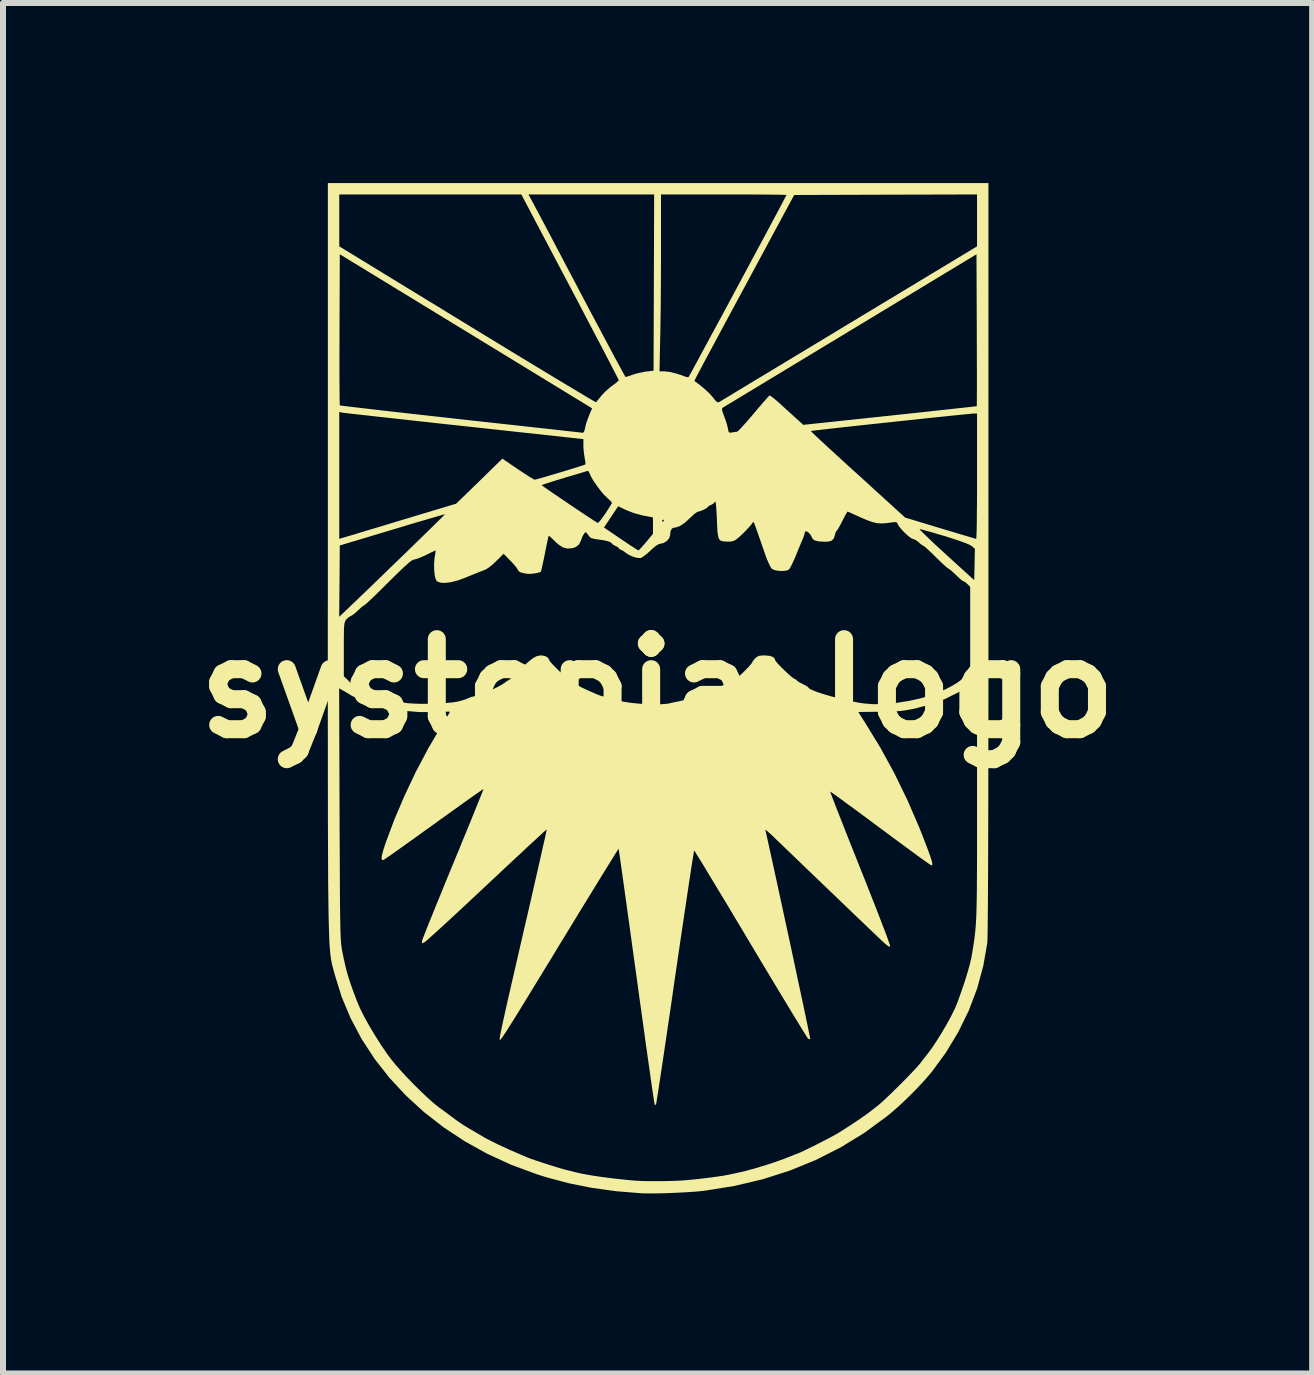
<source format=kicad_pcb>
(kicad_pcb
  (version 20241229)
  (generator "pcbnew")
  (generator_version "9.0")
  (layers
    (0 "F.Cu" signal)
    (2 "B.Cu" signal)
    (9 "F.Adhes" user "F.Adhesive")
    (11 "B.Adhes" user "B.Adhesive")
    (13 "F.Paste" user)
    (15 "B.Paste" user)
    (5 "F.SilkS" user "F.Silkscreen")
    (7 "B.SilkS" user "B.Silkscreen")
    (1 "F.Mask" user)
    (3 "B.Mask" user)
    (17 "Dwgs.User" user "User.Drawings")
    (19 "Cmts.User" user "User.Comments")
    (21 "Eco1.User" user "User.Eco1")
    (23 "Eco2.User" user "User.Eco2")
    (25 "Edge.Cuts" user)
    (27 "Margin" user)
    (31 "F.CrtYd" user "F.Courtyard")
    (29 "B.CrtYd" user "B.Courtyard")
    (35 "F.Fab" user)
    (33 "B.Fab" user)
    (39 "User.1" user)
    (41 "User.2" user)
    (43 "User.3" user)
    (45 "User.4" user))
  (footprint "systopia_logo"
    (layer "F.Cu")
    (at 7.907 8.422)
    (property "Reference" "systopia_logo" (at 0 0 0) (layer "F.SilkS") (effects (font (size 1.5 1.5) (thickness 0.3))))
    (attr board_only exclude_from_pos_files exclude_from_bom)
    (fp_poly (pts (xy 5.513 -2.172) (xy 5.513 -1.504) (xy 5.513 -0.875) (xy 5.513 -0.283) (xy 5.513 0.271) (xy 5.512 0.788) (xy 5.511 1.268) (xy 5.511 1.712) (xy 5.51 2.119) (xy 5.509 2.489) (xy 5.508 2.824) (xy 5.507 3.122) (xy 5.505 3.385) (xy 5.504 3.613) (xy 5.502 3.805) (xy 5.501 3.962) (xy 5.499 4.084) (xy 5.497 4.172) (xy 5.495 4.226) (xy 5.494 4.24) (xy 5.427 4.624) (xy 5.324 5.001) (xy 5.185 5.368) (xy 5.01 5.726) (xy 4.802 6.07) (xy 4.569 6.388) (xy 4.454 6.523) (xy 4.317 6.67) (xy 4.168 6.82) (xy 4.016 6.963) (xy 3.871 7.089) (xy 3.821 7.129) (xy 3.445 7.405) (xy 3.05 7.647) (xy 2.635 7.857) (xy 2.202 8.034) (xy 1.75 8.178) (xy 1.281 8.289) (xy 0.794 8.367) (xy 0.741 8.373) (xy 0.63 8.384) (xy 0.495 8.393) (xy 0.345 8.401) (xy 0.19 8.408) (xy 0.038 8.412) (xy -0.1 8.414) (xy -0.216 8.413) (xy -0.276 8.411) (xy -0.698 8.376) (xy -1.095 8.321) (xy -1.476 8.245) (xy -1.848 8.146) (xy -2.024 8.09) (xy -2.44 7.936) (xy -2.836 7.754) (xy -3.211 7.546) (xy -3.563 7.314) (xy -3.891 7.059) (xy -4.193 6.783) (xy -4.468 6.487) (xy -4.714 6.174) (xy -4.93 5.843) (xy -5.113 5.498) (xy -5.264 5.139) (xy -5.379 4.768) (xy -5.38 4.766) (xy -5.39 4.726) (xy -5.4 4.69) (xy -5.409 4.656) (xy -5.418 4.624) (xy -5.426 4.591) (xy -5.433 4.557) (xy -5.44 4.52) (xy -5.446 4.479) (xy -5.452 4.432) (xy -5.457 4.38) (xy -5.462 4.319) (xy -5.467 4.25) (xy -5.471 4.17) (xy -5.474 4.079) (xy -5.477 3.975) (xy -5.48 3.857) (xy -5.483 3.724) (xy -5.485 3.574) (xy -5.487 3.407) (xy -5.489 3.22) (xy -5.49 3.013) (xy -5.491 2.785) (xy -5.492 2.533) (xy -5.493 2.258) (xy -5.493 1.957) (xy -5.494 1.63) (xy -5.494 1.275) (xy -5.494 0.89) (xy -5.495 0.476) (xy -5.495 0.03) (xy -5.495 -0.003) (xy -5.306 -0.003) (xy -5.299 2.095) (xy -5.298 2.423) (xy -5.296 2.715) (xy -5.295 2.974) (xy -5.294 3.201) (xy -5.293 3.4) (xy -5.292 3.572) (xy -5.29 3.72) (xy -5.288 3.846) (xy -5.286 3.953) (xy -5.284 4.042) (xy -5.281 4.116) (xy -5.278 4.177) (xy -5.275 4.228) (xy -5.271 4.27) (xy -5.266 4.307) (xy -5.261 4.34) (xy -5.255 4.372) (xy -5.252 4.392) (xy -5.226 4.517) (xy -5.202 4.624) (xy -5.177 4.721) (xy -5.149 4.818) (xy -5.115 4.922) (xy -5.072 5.043) (xy -5.017 5.189) (xy -5.011 5.205) (xy -4.96 5.325) (xy -4.89 5.466) (xy -4.804 5.621) (xy -4.708 5.782) (xy -4.607 5.941) (xy -4.505 6.09) (xy -4.443 6.174) (xy -4.372 6.262) (xy -4.282 6.364) (xy -4.18 6.475) (xy -4.07 6.589) (xy -3.958 6.7) (xy -3.85 6.803) (xy -3.751 6.892) (xy -3.667 6.962) (xy -3.617 6.999) (xy -3.571 7.031) (xy -3.513 7.075) (xy -3.479 7.1) (xy -3.349 7.197) (xy -3.235 7.275) (xy -3.159 7.321) (xy -3.104 7.353) (xy -3.035 7.394) (xy -2.985 7.424) (xy -2.848 7.503) (xy -2.675 7.59) (xy -2.467 7.686) (xy -2.224 7.791) (xy -2.177 7.811) (xy -2.118 7.834) (xy -2.032 7.864) (xy -1.93 7.898) (xy -1.82 7.934) (xy -1.712 7.967) (xy -1.617 7.996) (xy -1.543 8.017) (xy -1.53 8.02) (xy -1.458 8.038) (xy -1.384 8.057) (xy -1.378 8.059) (xy -1.251 8.087) (xy -1.093 8.115) (xy -0.911 8.142) (xy -0.712 8.167) (xy -0.503 8.189) (xy -0.371 8.201) (xy -0.272 8.206) (xy -0.145 8.209) (xy -0.003 8.209) (xy 0.145 8.208) (xy 0.286 8.204) (xy 0.411 8.198) (xy 0.466 8.194) (xy 0.596 8.182) (xy 0.734 8.167) (xy 0.871 8.15) (xy 0.997 8.133) (xy 1.104 8.117) (xy 1.183 8.102) (xy 1.188 8.101) (xy 1.253 8.087) (xy 1.331 8.07) (xy 1.369 8.062) (xy 1.477 8.037) (xy 1.609 8) (xy 1.754 7.957) (xy 1.902 7.91) (xy 2.041 7.862) (xy 2.16 7.817) (xy 2.167 7.814) (xy 2.24 7.785) (xy 2.31 7.758) (xy 2.343 7.745) (xy 2.387 7.727) (xy 2.456 7.694) (xy 2.543 7.651) (xy 2.641 7.603) (xy 2.742 7.551) (xy 2.838 7.502) (xy 2.922 7.457) (xy 2.985 7.422) (xy 3.004 7.411) (xy 3.072 7.369) (xy 3.156 7.315) (xy 3.247 7.255) (xy 3.338 7.195) (xy 3.419 7.139) (xy 3.483 7.095) (xy 3.517 7.069) (xy 3.571 7.027) (xy 3.636 6.976) (xy 3.677 6.945) (xy 3.728 6.901) (xy 3.799 6.836) (xy 3.884 6.755) (xy 3.978 6.663) (xy 4.075 6.567) (xy 4.168 6.472) (xy 4.252 6.384) (xy 4.322 6.309) (xy 4.37 6.253) (xy 4.378 6.243) (xy 4.427 6.179) (xy 4.477 6.116) (xy 4.502 6.084) (xy 4.576 5.984) (xy 4.657 5.862) (xy 4.74 5.728) (xy 4.821 5.59) (xy 4.893 5.456) (xy 4.953 5.336) (xy 4.992 5.243) (xy 5.057 5.063) (xy 5.116 4.89) (xy 5.165 4.731) (xy 5.204 4.592) (xy 5.23 4.479) (xy 5.235 4.449) (xy 5.249 4.364) (xy 5.262 4.288) (xy 5.272 4.217) (xy 5.282 4.148) (xy 5.29 4.079) (xy 5.297 4.008) (xy 5.303 3.931) (xy 5.308 3.847) (xy 5.312 3.751) (xy 5.315 3.643) (xy 5.318 3.519) (xy 5.32 3.376) (xy 5.321 3.212) (xy 5.322 3.025) (xy 5.323 2.811) (xy 5.323 2.568) (xy 5.323 2.293) (xy 5.323 1.985) (xy 5.323 1.842) (xy 5.323 -0.154) (xy 5.209 -0.066) (xy 5.014 0.063) (xy 4.79 0.175) (xy 4.542 0.267) (xy 4.276 0.337) (xy 4.235 0.345) (xy 4.138 0.363) (xy 4.045 0.375) (xy 3.946 0.383) (xy 3.829 0.387) (xy 3.685 0.389) (xy 3.684 0.389) (xy 3.575 0.389) (xy 3.481 0.39) (xy 3.408 0.391) (xy 3.361 0.392) (xy 3.346 0.394) (xy 3.356 0.41) (xy 3.382 0.452) (xy 3.421 0.513) (xy 3.469 0.587) (xy 3.469 0.588) (xy 3.713 0.987) (xy 3.947 1.415) (xy 4.165 1.864) (xy 4.364 2.324) (xy 4.468 2.59) (xy 4.514 2.712) (xy 4.546 2.803) (xy 4.567 2.868) (xy 4.577 2.91) (xy 4.578 2.934) (xy 4.571 2.945) (xy 4.562 2.947) (xy 4.543 2.936) (xy 4.497 2.904) (xy 4.426 2.854) (xy 4.333 2.787) (xy 4.221 2.705) (xy 4.093 2.611) (xy 3.952 2.507) (xy 3.8 2.394) (xy 3.712 2.329) (xy 3.556 2.213) (xy 3.41 2.105) (xy 3.275 2.005) (xy 3.155 1.918) (xy 3.054 1.843) (xy 2.972 1.784) (xy 2.914 1.743) (xy 2.882 1.721) (xy 2.876 1.718) (xy 2.882 1.737) (xy 2.901 1.788) (xy 2.932 1.868) (xy 2.973 1.975) (xy 3.025 2.107) (xy 3.085 2.259) (xy 3.152 2.43) (xy 3.226 2.617) (xy 3.306 2.817) (xy 3.375 2.991) (xy 3.459 3.2) (xy 3.537 3.399) (xy 3.611 3.586) (xy 3.677 3.756) (xy 3.736 3.909) (xy 3.786 4.039) (xy 3.826 4.146) (xy 3.854 4.226) (xy 3.871 4.275) (xy 3.875 4.291) (xy 3.866 4.302) (xy 3.844 4.294) (xy 3.806 4.265) (xy 3.746 4.212) (xy 3.736 4.202) (xy 3.697 4.165) (xy 3.634 4.105) (xy 3.55 4.025) (xy 3.448 3.927) (xy 3.331 3.816) (xy 3.203 3.693) (xy 3.066 3.561) (xy 2.924 3.425) (xy 2.779 3.286) (xy 2.635 3.148) (xy 2.496 3.015) (xy 2.364 2.887) (xy 2.242 2.77) (xy 2.134 2.666) (xy 2.042 2.578) (xy 1.97 2.509) (xy 1.934 2.473) (xy 1.875 2.418) (xy 1.829 2.378) (xy 1.801 2.357) (xy 1.795 2.357) (xy 1.802 2.384) (xy 1.816 2.445) (xy 1.836 2.535) (xy 1.862 2.653) (xy 1.893 2.794) (xy 1.929 2.957) (xy 1.968 3.137) (xy 2.01 3.331) (xy 2.055 3.537) (xy 2.101 3.751) (xy 2.148 3.969) (xy 2.196 4.19) (xy 2.243 4.409) (xy 2.289 4.624) (xy 2.333 4.832) (xy 2.375 5.028) (xy 2.414 5.21) (xy 2.449 5.376) (xy 2.479 5.521) (xy 2.505 5.643) (xy 2.524 5.738) (xy 2.537 5.803) (xy 2.543 5.836) (xy 2.544 5.839) (xy 2.527 5.844) (xy 2.507 5.833) (xy 2.493 5.813) (xy 2.461 5.763) (xy 2.413 5.685) (xy 2.349 5.581) (xy 2.271 5.454) (xy 2.181 5.305) (xy 2.08 5.138) (xy 1.969 4.954) (xy 1.849 4.755) (xy 1.723 4.545) (xy 1.591 4.324) (xy 1.549 4.254) (xy 1.417 4.032) (xy 1.289 3.819) (xy 1.169 3.618) (xy 1.056 3.431) (xy 0.953 3.26) (xy 0.861 3.108) (xy 0.782 2.976) (xy 0.715 2.867) (xy 0.664 2.784) (xy 0.629 2.728) (xy 0.612 2.701) (xy 0.61 2.7) (xy 0.606 2.718) (xy 0.597 2.772) (xy 0.583 2.858) (xy 0.564 2.975) (xy 0.542 3.121) (xy 0.516 3.292) (xy 0.487 3.486) (xy 0.455 3.701) (xy 0.42 3.935) (xy 0.383 4.185) (xy 0.344 4.449) (xy 0.304 4.725) (xy 0.291 4.812) (xy 0.251 5.09) (xy 0.212 5.359) (xy 0.174 5.614) (xy 0.139 5.854) (xy 0.106 6.076) (xy 0.076 6.278) (xy 0.049 6.457) (xy 0.025 6.612) (xy 0.006 6.739) (xy -0.01 6.836) (xy -0.02 6.902) (xy -0.026 6.932) (xy -0.027 6.935) (xy -0.047 6.936) (xy -0.049 6.935) (xy -0.052 6.915) (xy -0.061 6.86) (xy -0.074 6.772) (xy -0.092 6.654) (xy -0.113 6.507) (xy -0.137 6.335) (xy -0.165 6.139) (xy -0.196 5.922) (xy -0.228 5.687) (xy -0.263 5.436) (xy -0.3 5.171) (xy -0.338 4.894) (xy -0.351 4.801) (xy -0.39 4.521) (xy -0.427 4.252) (xy -0.462 3.997) (xy -0.496 3.756) (xy -0.527 3.534) (xy -0.555 3.331) (xy -0.58 3.151) (xy -0.602 2.996) (xy -0.62 2.869) (xy -0.634 2.771) (xy -0.644 2.705) (xy -0.649 2.674) (xy -0.65 2.672) (xy -0.66 2.687) (xy -0.689 2.732) (xy -0.735 2.805) (xy -0.797 2.905) (xy -0.873 3.028) (xy -0.962 3.172) (xy -1.062 3.335) (xy -1.173 3.516) (xy -1.293 3.711) (xy -1.42 3.92) (xy -1.553 4.138) (xy -1.606 4.224) (xy -1.769 4.493) (xy -1.914 4.73) (xy -2.042 4.939) (xy -2.153 5.121) (xy -2.249 5.278) (xy -2.331 5.411) (xy -2.4 5.522) (xy -2.458 5.614) (xy -2.505 5.688) (xy -2.542 5.746) (xy -2.571 5.789) (xy -2.593 5.82) (xy -2.609 5.84) (xy -2.619 5.851) (xy -2.626 5.856) (xy -2.628 5.856) (xy -2.631 5.852) (xy -2.631 5.841) (xy -2.629 5.819) (xy -2.624 5.785) (xy -2.615 5.737) (xy -2.601 5.672) (xy -2.584 5.588) (xy -2.561 5.485) (xy -2.533 5.358) (xy -2.499 5.207) (xy -2.458 5.029) (xy -2.411 4.823) (xy -2.356 4.585) (xy -2.294 4.315) (xy -2.225 4.015) (xy -2.168 3.77) (xy -2.114 3.536) (xy -2.064 3.316) (xy -2.017 3.111) (xy -1.975 2.925) (xy -1.938 2.761) (xy -1.906 2.62) (xy -1.88 2.506) (xy -1.862 2.421) (xy -1.851 2.368) (xy -1.847 2.349) (xy -1.862 2.361) (xy -1.902 2.396) (xy -1.965 2.454) (xy -2.049 2.532) (xy -2.153 2.627) (xy -2.272 2.739) (xy -2.407 2.864) (xy -2.553 3.001) (xy -2.709 3.147) (xy -2.842 3.272) (xy -3.007 3.426) (xy -3.164 3.573) (xy -3.311 3.71) (xy -3.447 3.836) (xy -3.569 3.948) (xy -3.674 4.044) (xy -3.761 4.122) (xy -3.826 4.181) (xy -3.868 4.217) (xy -3.882 4.228) (xy -3.918 4.245) (xy -3.928 4.238) (xy -3.923 4.201) (xy -3.923 4.2) (xy -3.914 4.173) (xy -3.891 4.115) (xy -3.857 4.027) (xy -3.812 3.913) (xy -3.756 3.776) (xy -3.693 3.619) (xy -3.621 3.444) (xy -3.544 3.255) (xy -3.462 3.055) (xy -3.404 2.914) (xy -3.319 2.709) (xy -3.24 2.515) (xy -3.165 2.334) (xy -3.098 2.169) (xy -3.039 2.023) (xy -2.989 1.899) (xy -2.949 1.8) (xy -2.92 1.727) (xy -2.904 1.686) (xy -2.901 1.676) (xy -2.917 1.685) (xy -2.961 1.715) (xy -3.03 1.763) (xy -3.121 1.827) (xy -3.232 1.906) (xy -3.359 1.997) (xy -3.499 2.097) (xy -3.651 2.206) (xy -3.72 2.257) (xy -3.877 2.369) (xy -4.025 2.476) (xy -4.161 2.573) (xy -4.282 2.659) (xy -4.386 2.733) (xy -4.469 2.791) (xy -4.529 2.832) (xy -4.562 2.854) (xy -4.568 2.857) (xy -4.591 2.857) (xy -4.6 2.833) (xy -4.594 2.782) (xy -4.573 2.702) (xy -4.537 2.59) (xy -4.535 2.583) (xy -4.389 2.192) (xy -4.218 1.79) (xy -4.029 1.391) (xy -3.826 1.006) (xy -3.615 0.647) (xy -3.6 0.622) (xy -3.549 0.541) (xy -3.507 0.471) (xy -3.476 0.419) (xy -3.461 0.392) (xy -3.46 0.389) (xy -3.478 0.386) (xy -3.526 0.386) (xy -3.598 0.388) (xy -3.686 0.392) (xy -3.693 0.392) (xy -3.97 0.393) (xy -4.249 0.369) (xy -4.522 0.321) (xy -4.777 0.251) (xy -4.92 0.198) (xy -4.994 0.167) (xy -5.056 0.14) (xy -5.096 0.121) (xy -5.105 0.116) (xy -5.131 0.099) (xy -5.178 0.071) (xy -5.215 0.049) (xy -5.306 -0.003) (xy -5.495 -0.003) (xy -5.495 -0.204) (xy -5.228 -0.204) (xy -5.162 -0.141) (xy -5.123 -0.101) (xy -5.099 -0.07) (xy -5.095 -0.061) (xy -5.079 -0.046) (xy -5.035 -0.02) (xy -4.972 0.013) (xy -4.921 0.037) (xy -4.775 0.097) (xy -4.605 0.151) (xy -4.424 0.198) (xy -4.246 0.233) (xy -4.162 0.245) (xy -4.062 0.252) (xy -3.939 0.256) (xy -3.803 0.255) (xy -3.664 0.251) (xy -3.533 0.243) (xy -3.419 0.232) (xy -3.339 0.22) (xy -3.265 0.201) (xy -3.197 0.18) (xy -3.161 0.164) (xy -3.11 0.143) (xy -3.069 0.133) (xy -3.067 0.133) (xy -3.02 0.124) (xy -2.95 0.101) (xy -2.864 0.067) (xy -2.773 0.027) (xy -2.684 -0.016) (xy -2.607 -0.057) (xy -2.551 -0.092) (xy -2.534 -0.106) (xy -2.503 -0.129) (xy -2.489 -0.133) (xy -2.47 -0.146) (xy -2.43 -0.181) (xy -2.374 -0.233) (xy -2.308 -0.297) (xy -2.293 -0.312) (xy -2.2 -0.403) (xy -2.126 -0.468) (xy -2.066 -0.512) (xy -2.015 -0.538) (xy -1.965 -0.549) (xy -1.932 -0.551) (xy -1.875 -0.541) (xy -1.829 -0.515) (xy -1.807 -0.48) (xy -1.806 -0.474) (xy -1.793 -0.452) (xy -1.758 -0.411) (xy -1.708 -0.359) (xy -1.651 -0.302) (xy -1.592 -0.247) (xy -1.539 -0.201) (xy -1.5 -0.17) (xy -1.484 -0.162) (xy -1.453 -0.146) (xy -1.445 -0.134) (xy -1.429 -0.117) (xy -1.391 -0.096) (xy -1.388 -0.095) (xy -1.349 -0.075) (xy -1.331 -0.059) (xy -1.331 -0.058) (xy -1.325 -0.05) (xy -1.303 -0.037) (xy -1.263 -0.016) (xy -1.199 0.014) (xy -1.108 0.055) (xy -1.012 0.097) (xy -0.956 0.119) (xy -0.911 0.132) (xy -0.899 0.133) (xy -0.852 0.14) (xy -0.772 0.162) (xy -0.675 0.194) (xy -0.584 0.217) (xy -0.466 0.236) (xy -0.332 0.251) (xy -0.191 0.261) (xy -0.054 0.265) (xy 0.07 0.262) (xy 0.17 0.253) (xy 0.2 0.247) (xy 0.253 0.235) (xy 0.331 0.219) (xy 0.417 0.2) (xy 0.447 0.194) (xy 0.529 0.175) (xy 0.608 0.154) (xy 0.694 0.127) (xy 0.794 0.093) (xy 0.917 0.048) (xy 0.969 0.029) (xy 1.022 0.007) (xy 1.057 -0.012) (xy 1.064 -0.018) (xy 1.086 -0.035) (xy 1.13 -0.06) (xy 1.159 -0.076) (xy 1.214 -0.106) (xy 1.257 -0.135) (xy 1.269 -0.145) (xy 1.299 -0.167) (xy 1.313 -0.171) (xy 1.334 -0.184) (xy 1.373 -0.218) (xy 1.423 -0.264) (xy 1.475 -0.317) (xy 1.524 -0.368) (xy 1.56 -0.41) (xy 1.578 -0.435) (xy 1.578 -0.437) (xy 1.59 -0.461) (xy 1.621 -0.497) (xy 1.626 -0.503) (xy 1.661 -0.531) (xy 1.701 -0.546) (xy 1.761 -0.551) (xy 1.787 -0.551) (xy 1.873 -0.543) (xy 1.931 -0.521) (xy 1.957 -0.485) (xy 1.958 -0.474) (xy 1.971 -0.452) (xy 2.006 -0.411) (xy 2.056 -0.359) (xy 2.114 -0.302) (xy 2.172 -0.247) (xy 2.225 -0.201) (xy 2.265 -0.17) (xy 2.28 -0.162) (xy 2.311 -0.146) (xy 2.319 -0.135) (xy 2.335 -0.12) (xy 2.376 -0.095) (xy 2.415 -0.076) (xy 2.467 -0.049) (xy 2.501 -0.028) (xy 2.51 -0.019) (xy 2.527 0.001) (xy 2.577 0.027) (xy 2.653 0.057) (xy 2.75 0.089) (xy 2.863 0.123) (xy 2.986 0.156) (xy 3.113 0.188) (xy 3.24 0.215) (xy 3.361 0.238) (xy 3.441 0.25) (xy 3.604 0.262) (xy 3.791 0.257) (xy 3.992 0.238) (xy 4.195 0.206) (xy 4.392 0.162) (xy 4.559 0.111) (xy 4.682 0.064) (xy 4.8 0.012) (xy 4.906 -0.043) (xy 4.995 -0.097) (xy 5.063 -0.147) (xy 5.104 -0.19) (xy 5.114 -0.216) (xy 5.125 -0.245) (xy 5.151 -0.289) (xy 5.162 -0.304) (xy 5.209 -0.369) (xy 5.209 -1.031) (xy 5.209 -1.694) (xy 5.163 -1.74) (xy 5.126 -1.772) (xy 5.098 -1.787) (xy 5.096 -1.787) (xy 5.073 -1.8) (xy 5.033 -1.833) (xy 4.982 -1.881) (xy 4.971 -1.892) (xy 4.919 -1.941) (xy 4.876 -1.978) (xy 4.851 -1.996) (xy 4.848 -1.996) (xy 4.829 -2.009) (xy 4.788 -2.044) (xy 4.732 -2.096) (xy 4.664 -2.161) (xy 4.639 -2.186) (xy 4.569 -2.255) (xy 4.508 -2.312) (xy 4.462 -2.354) (xy 4.435 -2.375) (xy 4.431 -2.376) (xy 4.408 -2.388) (xy 4.37 -2.418) (xy 4.354 -2.434) (xy 4.308 -2.469) (xy 4.267 -2.489) (xy 4.257 -2.491) (xy 4.226 -2.504) (xy 4.179 -2.539) (xy 4.126 -2.587) (xy 4.073 -2.641) (xy 4.061 -2.655) (xy 4.365 -2.655) (xy 4.375 -2.642) (xy 4.409 -2.606) (xy 4.466 -2.551) (xy 4.541 -2.479) (xy 4.632 -2.393) (xy 4.735 -2.298) (xy 4.812 -2.228) (xy 5.276 -1.805) (xy 5.282 -2.067) (xy 5.287 -2.329) (xy 5.232 -2.375) (xy 5.189 -2.399) (xy 5.11 -2.431) (xy 4.998 -2.471) (xy 4.852 -2.518) (xy 4.779 -2.541) (xy 4.662 -2.575) (xy 4.557 -2.606) (xy 4.47 -2.63) (xy 4.406 -2.647) (xy 4.37 -2.655) (xy 4.365 -2.655) (xy 4.061 -2.655) (xy 4.03 -2.692) (xy 4.004 -2.733) (xy 4.002 -2.738) (xy 3.991 -2.761) (xy 3.973 -2.772) (xy 3.935 -2.771) (xy 3.881 -2.764) (xy 3.796 -2.753) (xy 3.724 -2.75) (xy 3.656 -2.755) (xy 3.586 -2.771) (xy 3.504 -2.799) (xy 3.403 -2.842) (xy 3.293 -2.892) (xy 3.233 -2.919) (xy 3.187 -2.939) (xy 3.166 -2.947) (xy 3.165 -2.947) (xy 3.154 -2.931) (xy 3.129 -2.889) (xy 3.097 -2.827) (xy 3.078 -2.79) (xy 3.042 -2.721) (xy 3.011 -2.665) (xy 2.989 -2.633) (xy 2.983 -2.627) (xy 2.969 -2.606) (xy 2.956 -2.563) (xy 2.955 -2.556) (xy 2.935 -2.497) (xy 2.899 -2.462) (xy 2.839 -2.447) (xy 2.788 -2.445) (xy 2.686 -2.451) (xy 2.618 -2.467) (xy 2.582 -2.496) (xy 2.577 -2.507) (xy 2.554 -2.554) (xy 2.523 -2.591) (xy 2.491 -2.615) (xy 2.465 -2.62) (xy 2.453 -2.6) (xy 2.453 -2.596) (xy 2.445 -2.562) (xy 2.427 -2.51) (xy 2.417 -2.486) (xy 2.387 -2.418) (xy 2.355 -2.339) (xy 2.343 -2.31) (xy 2.29 -2.18) (xy 2.245 -2.081) (xy 2.211 -2.014) (xy 2.19 -1.983) (xy 2.151 -1.965) (xy 2.089 -1.958) (xy 2.019 -1.96) (xy 1.954 -1.971) (xy 1.908 -1.991) (xy 1.905 -1.993) (xy 1.882 -2.025) (xy 1.853 -2.084) (xy 1.82 -2.16) (xy 1.799 -2.216) (xy 1.762 -2.323) (xy 1.721 -2.442) (xy 1.682 -2.553) (xy 1.671 -2.586) (xy 1.639 -2.675) (xy 1.618 -2.734) (xy 1.603 -2.766) (xy 1.594 -2.776) (xy 1.587 -2.77) (xy 1.583 -2.76) (xy 1.566 -2.736) (xy 1.528 -2.693) (xy 1.476 -2.637) (xy 1.433 -2.593) (xy 1.363 -2.526) (xy 1.31 -2.482) (xy 1.262 -2.457) (xy 1.21 -2.447) (xy 1.145 -2.448) (xy 1.112 -2.45) (xy 1.073 -2.455) (xy 1.044 -2.468) (xy 1.023 -2.493) (xy 1.009 -2.537) (xy 0.999 -2.604) (xy 0.993 -2.699) (xy 0.989 -2.803) (xy 0.984 -2.905) (xy 0.979 -2.994) (xy 0.973 -3.062) (xy 0.967 -3.103) (xy 0.964 -3.111) (xy 0.951 -3.11) (xy 0.951 -3.104) (xy 0.935 -3.084) (xy 0.897 -3.062) (xy 0.894 -3.061) (xy 0.854 -3.041) (xy 0.837 -3.025) (xy 0.837 -3.024) (xy 0.821 -3.008) (xy 0.783 -2.986) (xy 0.735 -2.964) (xy 0.692 -2.95) (xy 0.675 -2.947) (xy 0.649 -2.934) (xy 0.605 -2.901) (xy 0.553 -2.853) (xy 0.544 -2.844) (xy 0.451 -2.759) (xy 0.371 -2.706) (xy 0.301 -2.682) (xy 0.279 -2.681) (xy 0.239 -2.666) (xy 0.216 -2.621) (xy 0.209 -2.553) (xy 0.193 -2.503) (xy 0.151 -2.455) (xy 0.097 -2.423) (xy 0.058 -2.415) (xy 0.02 -2.406) (xy -0.027 -2.378) (xy -0.089 -2.326) (xy -0.116 -2.3) (xy -0.176 -2.246) (xy -0.231 -2.203) (xy -0.272 -2.177) (xy -0.281 -2.174) (xy -0.331 -2.175) (xy -0.399 -2.192) (xy -0.469 -2.222) (xy -0.527 -2.258) (xy -0.533 -2.263) (xy -0.576 -2.294) (xy -0.611 -2.311) (xy -0.64 -2.327) (xy -0.646 -2.337) (xy -0.662 -2.355) (xy -0.7 -2.375) (xy -0.703 -2.376) (xy -0.743 -2.397) (xy -0.76 -2.414) (xy -0.76 -2.415) (xy -0.778 -2.434) (xy -0.827 -2.453) (xy -0.9 -2.47) (xy -0.985 -2.482) (xy -1.051 -2.492) (xy -1.101 -2.505) (xy -1.123 -2.516) (xy -1.149 -2.549) (xy -1.17 -2.576) (xy -1.192 -2.603) (xy -1.209 -2.598) (xy -1.226 -2.577) (xy -1.252 -2.532) (xy -1.272 -2.477) (xy -1.306 -2.403) (xy -1.363 -2.357) (xy -1.417 -2.338) (xy -1.502 -2.331) (xy -1.58 -2.352) (xy -1.659 -2.404) (xy -1.711 -2.453) (xy -1.759 -2.5) (xy -1.795 -2.533) (xy -1.814 -2.545) (xy -1.814 -2.545) (xy -1.82 -2.525) (xy -1.832 -2.474) (xy -1.847 -2.399) (xy -1.866 -2.306) (xy -1.878 -2.247) (xy -1.898 -2.146) (xy -1.917 -2.06) (xy -1.932 -1.993) (xy -1.943 -1.953) (xy -1.946 -1.945) (xy -1.974 -1.933) (xy -2.027 -1.921) (xy -2.088 -1.913) (xy -2.145 -1.909) (xy -2.179 -1.911) (xy -2.236 -1.923) (xy -2.271 -1.93) (xy -2.311 -1.951) (xy -2.329 -1.978) (xy -2.348 -2.009) (xy -2.386 -2.057) (xy -2.437 -2.114) (xy -2.454 -2.13) (xy -2.566 -2.245) (xy -2.687 -2.124) (xy -2.749 -2.066) (xy -2.81 -2.017) (xy -2.86 -1.985) (xy -2.872 -1.979) (xy -2.95 -1.949) (xy -3.045 -1.911) (xy -3.142 -1.872) (xy -3.193 -1.85) (xy -3.32 -1.803) (xy -3.437 -1.772) (xy -3.54 -1.759) (xy -3.621 -1.763) (xy -3.676 -1.786) (xy -3.681 -1.791) (xy -3.701 -1.83) (xy -3.715 -1.897) (xy -3.723 -1.981) (xy -3.724 -2.073) (xy -3.718 -2.162) (xy -3.712 -2.201) (xy -3.703 -2.256) (xy -3.699 -2.292) (xy -3.701 -2.3) (xy -3.72 -2.292) (xy -3.765 -2.271) (xy -3.827 -2.24) (xy -3.859 -2.224) (xy -3.933 -2.19) (xy -4 -2.164) (xy -4.047 -2.15) (xy -4.058 -2.148) (xy -4.08 -2.142) (xy -4.112 -2.121) (xy -4.158 -2.084) (xy -4.221 -2.027) (xy -4.303 -1.949) (xy -4.407 -1.847) (xy -4.487 -1.768) (xy -4.586 -1.67) (xy -4.676 -1.581) (xy -4.755 -1.505) (xy -4.819 -1.445) (xy -4.863 -1.405) (xy -4.885 -1.388) (xy -4.886 -1.388) (xy -4.908 -1.375) (xy -4.947 -1.343) (xy -4.988 -1.304) (xy -5.039 -1.258) (xy -5.085 -1.222) (xy -5.111 -1.208) (xy -5.151 -1.184) (xy -5.19 -1.147) (xy -5.202 -1.129) (xy -5.211 -1.108) (xy -5.218 -1.078) (xy -5.223 -1.035) (xy -5.226 -0.973) (xy -5.227 -0.888) (xy -5.228 -0.773) (xy -5.228 -0.651) (xy -5.228 -0.204) (xy -5.495 -0.204) (xy -5.495 -0.45) (xy -5.495 -0.963) (xy -5.495 -1.194) (xy -5.305 -1.194) (xy -5.079 -1.41) (xy -5.017 -1.468) (xy -4.933 -1.55) (xy -4.829 -1.649) (xy -4.71 -1.764) (xy -4.58 -1.89) (xy -4.442 -2.024) (xy -4.301 -2.16) (xy -4.195 -2.262) (xy -4.065 -2.389) (xy -3.943 -2.508) (xy -3.832 -2.616) (xy -3.765 -2.682) (xy -0.893 -2.682) (xy -0.613 -2.492) (xy -0.522 -2.431) (xy -0.442 -2.377) (xy -0.378 -2.336) (xy -0.335 -2.309) (xy -0.32 -2.301) (xy -0.303 -2.314) (xy -0.268 -2.351) (xy -0.221 -2.404) (xy -0.192 -2.438) (xy -0.077 -2.576) (xy -0.076 -2.714) (xy -0.077 -2.781) (xy -0.077 -2.795) (xy 0.076 -2.795) (xy 0.083 -2.776) (xy 0.084 -2.776) (xy 0.101 -2.789) (xy 0.105 -2.795) (xy 0.103 -2.812) (xy 0.096 -2.814) (xy 0.077 -2.8) (xy 0.076 -2.795) (xy -0.077 -2.795) (xy -0.078 -2.83) (xy -0.08 -2.852) (xy -0.081 -2.852) (xy -0.244 -2.882) (xy -0.393 -2.922) (xy -0.517 -2.97) (xy -0.52 -2.971) (xy -0.657 -3.036) (xy -0.775 -2.859) (xy -0.893 -2.682) (xy -3.765 -2.682) (xy -3.736 -2.71) (xy -3.656 -2.789) (xy -3.595 -2.849) (xy -3.557 -2.888) (xy -3.543 -2.903) (xy -3.543 -2.903) (xy -3.562 -2.899) (xy -3.613 -2.885) (xy -3.694 -2.861) (xy -3.801 -2.83) (xy -3.929 -2.792) (xy -4.077 -2.749) (xy -4.239 -2.7) (xy -4.413 -2.648) (xy -4.421 -2.645) (xy -5.295 -2.383) (xy -5.3 -1.789) (xy -5.305 -1.194) (xy -5.495 -1.194) (xy -5.494 -1.512) (xy -5.494 -2.097) (xy -5.494 -2.149) (xy -5.494 -4.606) (xy -5.304 -4.606) (xy -5.304 -3.549) (xy -5.304 -2.493) (xy -5.214 -2.52) (xy -5.178 -2.531) (xy -5.109 -2.551) (xy -5.012 -2.58) (xy -4.891 -2.617) (xy -4.749 -2.66) (xy -4.591 -2.707) (xy -4.42 -2.759) (xy -4.241 -2.813) (xy -4.241 -2.813) (xy -3.357 -3.079) (xy -3.204 -3.227) (xy -3.136 -3.293) (xy -3.049 -3.378) (xy -3.039 -3.387) (xy -1.93 -3.387) (xy -1.908 -3.37) (xy -1.86 -3.336) (xy -1.791 -3.288) (xy -1.706 -3.23) (xy -1.609 -3.164) (xy -1.505 -3.094) (xy -1.399 -3.022) (xy -1.297 -2.954) (xy -1.202 -2.89) (xy -1.119 -2.836) (xy -1.055 -2.794) (xy -1.012 -2.767) (xy -0.996 -2.758) (xy -0.978 -2.772) (xy -0.944 -2.812) (xy -0.901 -2.871) (xy -0.868 -2.918) (xy -0.823 -2.987) (xy -0.787 -3.045) (xy -0.765 -3.083) (xy -0.76 -3.095) (xy -0.774 -3.114) (xy -0.809 -3.149) (xy -0.844 -3.18) (xy -0.894 -3.229) (xy -0.952 -3.298) (xy -1.011 -3.377) (xy -1.066 -3.457) (xy -1.108 -3.528) (xy -1.132 -3.582) (xy -1.134 -3.587) (xy -1.15 -3.619) (xy -1.167 -3.626) (xy -1.191 -3.618) (xy -1.246 -3.601) (xy -1.325 -3.577) (xy -1.424 -3.548) (xy -1.536 -3.515) (xy -1.563 -3.506) (xy -1.675 -3.473) (xy -1.773 -3.442) (xy -1.851 -3.417) (xy -1.905 -3.399) (xy -1.929 -3.388) (xy -1.93 -3.387) (xy -3.039 -3.387) (xy -2.953 -3.471) (xy -2.858 -3.563) (xy -2.819 -3.602) (xy -2.586 -3.83) (xy -2.328 -3.654) (xy -2.24 -3.596) (xy -2.162 -3.545) (xy -2.1 -3.507) (xy -2.059 -3.484) (xy -2.047 -3.479) (xy -2.022 -3.485) (xy -1.969 -3.499) (xy -1.892 -3.521) (xy -1.798 -3.549) (xy -1.694 -3.579) (xy -1.586 -3.612) (xy -1.48 -3.644) (xy -1.383 -3.674) (xy -1.301 -3.7) (xy -1.24 -3.719) (xy -1.208 -3.731) (xy -1.204 -3.733) (xy -1.202 -3.756) (xy -1.208 -3.803) (xy -1.215 -3.84) (xy -1.227 -3.919) (xy -1.235 -4.008) (xy -1.236 -4.046) (xy -1.236 -4.155) (xy -3.218 -4.371) (xy -3.489 -4.4) (xy -3.751 -4.429) (xy -4 -4.456) (xy -4.234 -4.482) (xy -4.45 -4.506) (xy -4.646 -4.527) (xy -4.819 -4.547) (xy -4.966 -4.563) (xy -5.086 -4.576) (xy -5.176 -4.587) (xy -5.232 -4.593) (xy -5.252 -4.596) (xy -5.304 -4.606) (xy -5.494 -4.606) (xy -5.494 -5.374) (xy -5.301 -5.374) (xy -5.301 -5.203) (xy -5.3 -5.052) (xy -5.299 -4.926) (xy -5.298 -4.826) (xy -5.297 -4.757) (xy -5.295 -4.722) (xy -5.294 -4.718) (xy -5.274 -4.714) (xy -5.219 -4.707) (xy -5.131 -4.696) (xy -5.012 -4.682) (xy -4.866 -4.665) (xy -4.694 -4.645) (xy -4.499 -4.622) (xy -4.284 -4.598) (xy -4.051 -4.572) (xy -3.802 -4.544) (xy -3.54 -4.515) (xy -3.274 -4.485) (xy -3.001 -4.455) (xy -2.739 -4.426) (xy -2.49 -4.399) (xy -2.256 -4.373) (xy -2.041 -4.349) (xy -1.845 -4.328) (xy -1.673 -4.309) (xy -1.526 -4.292) (xy -1.407 -4.279) (xy -1.319 -4.269) (xy -1.263 -4.263) (xy -1.243 -4.261) (xy -1.227 -4.276) (xy -1.213 -4.318) (xy -1.209 -4.338) (xy -1.195 -4.398) (xy -1.17 -4.475) (xy -1.144 -4.543) (xy -1.093 -4.664) (xy 1.074 -4.664) (xy 1.074 -4.638) (xy 1.089 -4.59) (xy 1.109 -4.537) (xy 1.137 -4.461) (xy 1.16 -4.385) (xy 1.172 -4.333) (xy 1.181 -4.284) (xy 1.196 -4.264) (xy 1.224 -4.263) (xy 1.241 -4.266) (xy 1.29 -4.275) (xy 1.323 -4.278) (xy 1.341 -4.29) (xy 2.554 -4.29) (xy 2.566 -4.276) (xy 2.603 -4.24) (xy 2.663 -4.183) (xy 2.743 -4.109) (xy 2.839 -4.02) (xy 2.95 -3.918) (xy 3.071 -3.808) (xy 3.141 -3.743) (xy 3.277 -3.62) (xy 3.412 -3.498) (xy 3.541 -3.38) (xy 3.66 -3.271) (xy 3.766 -3.175) (xy 3.853 -3.096) (xy 3.918 -3.037) (xy 3.93 -3.026) (xy 4.125 -2.848) (xy 4.71 -2.671) (xy 4.853 -2.628) (xy 4.983 -2.589) (xy 5.098 -2.555) (xy 5.192 -2.527) (xy 5.262 -2.506) (xy 5.301 -2.495) (xy 5.309 -2.493) (xy 5.312 -2.511) (xy 5.314 -2.563) (xy 5.317 -2.647) (xy 5.319 -2.759) (xy 5.32 -2.895) (xy 5.322 -3.051) (xy 5.323 -3.226) (xy 5.323 -3.414) (xy 5.323 -3.536) (xy 5.323 -4.582) (xy 5.276 -4.582) (xy 5.248 -4.58) (xy 5.187 -4.574) (xy 5.096 -4.565) (xy 4.979 -4.554) (xy 4.84 -4.539) (xy 4.682 -4.523) (xy 4.509 -4.505) (xy 4.325 -4.485) (xy 4.133 -4.465) (xy 3.937 -4.444) (xy 3.74 -4.423) (xy 3.547 -4.402) (xy 3.361 -4.382) (xy 3.185 -4.363) (xy 3.024 -4.345) (xy 2.88 -4.329) (xy 2.758 -4.315) (xy 2.662 -4.304) (xy 2.594 -4.296) (xy 2.558 -4.291) (xy 2.554 -4.29) (xy 1.341 -4.29) (xy 1.343 -4.292) (xy 1.382 -4.331) (xy 1.437 -4.391) (xy 1.505 -4.467) (xy 1.58 -4.555) (xy 1.599 -4.577) (xy 1.675 -4.668) (xy 1.744 -4.748) (xy 1.801 -4.813) (xy 1.842 -4.859) (xy 1.864 -4.882) (xy 1.866 -4.883) (xy 1.886 -4.873) (xy 1.927 -4.842) (xy 1.985 -4.794) (xy 2.053 -4.734) (xy 2.063 -4.724) (xy 2.142 -4.652) (xy 2.221 -4.581) (xy 2.289 -4.518) (xy 2.336 -4.476) (xy 2.428 -4.393) (xy 3.871 -4.546) (xy 4.101 -4.571) (xy 4.32 -4.594) (xy 4.525 -4.616) (xy 4.712 -4.637) (xy 4.88 -4.655) (xy 5.025 -4.671) (xy 5.144 -4.684) (xy 5.235 -4.694) (xy 5.294 -4.701) (xy 5.318 -4.704) (xy 5.319 -4.705) (xy 5.319 -4.724) (xy 5.32 -4.778) (xy 5.32 -4.864) (xy 5.321 -4.978) (xy 5.321 -5.118) (xy 5.321 -5.281) (xy 5.32 -5.462) (xy 5.32 -5.66) (xy 5.319 -5.87) (xy 5.319 -5.972) (xy 5.314 -7.235) (xy 3.213 -5.965) (xy 2.954 -5.808) (xy 2.703 -5.657) (xy 2.464 -5.512) (xy 2.237 -5.375) (xy 2.025 -5.246) (xy 1.829 -5.128) (xy 1.652 -5.021) (xy 1.495 -4.926) (xy 1.361 -4.845) (xy 1.251 -4.778) (xy 1.167 -4.728) (xy 1.112 -4.695) (xy 1.087 -4.679) (xy 1.085 -4.679) (xy 1.074 -4.664) (xy -1.093 -4.664) (xy -1.091 -4.668) (xy -3.193 -5.952) (xy -5.295 -7.235) (xy -5.3 -5.982) (xy -5.3 -5.767) (xy -5.301 -5.563) (xy -5.301 -5.374) (xy -5.494 -5.374) (xy -5.494 -8.232) (xy -5.304 -8.232) (xy -5.304 -7.8) (xy -5.304 -7.367) (xy -3.17 -6.063) (xy -2.91 -5.904) (xy -2.658 -5.751) (xy -2.418 -5.604) (xy -2.19 -5.466) (xy -1.977 -5.337) (xy -1.78 -5.218) (xy -1.602 -5.11) (xy -1.444 -5.016) (xy -1.309 -4.935) (xy -1.197 -4.868) (xy -1.112 -4.818) (xy -1.055 -4.785) (xy -1.028 -4.771) (xy -1.025 -4.77) (xy -1.009 -4.79) (xy -0.975 -4.83) (xy -0.936 -4.879) (xy -0.874 -4.945) (xy -0.799 -5.012) (xy -0.751 -5.048) (xy -0.698 -5.087) (xy -0.661 -5.119) (xy -0.656 -5.125) (xy 0.613 -5.125) (xy 0.699 -5.061) (xy 0.787 -4.988) (xy 0.865 -4.915) (xy 0.922 -4.851) (xy 0.923 -4.849) (xy 0.964 -4.798) (xy 0.991 -4.772) (xy 1.013 -4.768) (xy 1.035 -4.778) (xy 1.056 -4.791) (xy 1.107 -4.822) (xy 1.187 -4.87) (xy 1.294 -4.935) (xy 1.426 -5.014) (xy 1.58 -5.108) (xy 1.755 -5.213) (xy 1.949 -5.33) (xy 2.16 -5.458) (xy 2.386 -5.594) (xy 2.625 -5.738) (xy 2.875 -5.889) (xy 3.134 -6.046) (xy 3.199 -6.085) (xy 5.323 -7.367) (xy 5.323 -7.8) (xy 5.323 -8.232) (xy 3.8 -8.228) (xy 2.276 -8.223) (xy 1.442 -6.675) (xy 1.321 -6.451) (xy 1.205 -6.236) (xy 1.096 -6.033) (xy 0.995 -5.845) (xy 0.903 -5.673) (xy 0.821 -5.521) (xy 0.751 -5.39) (xy 0.694 -5.282) (xy 0.651 -5.201) (xy 0.624 -5.147) (xy 0.613 -5.125) (xy 0.613 -5.125) (xy -0.656 -5.125) (xy -0.646 -5.137) (xy -0.655 -5.155) (xy -0.68 -5.206) (xy -0.721 -5.284) (xy -0.775 -5.39) (xy -0.843 -5.519) (xy -0.921 -5.67) (xy -1.011 -5.841) (xy -1.109 -6.028) (xy -1.215 -6.23) (xy -1.327 -6.444) (xy -1.445 -6.668) (xy -1.458 -6.692) (xy -2.27 -8.232) (xy -2.152 -8.232) (xy -2.087 -8.113) (xy -2.068 -8.078) (xy -2.033 -8.012) (xy -1.983 -7.918) (xy -1.92 -7.799) (xy -1.845 -7.657) (xy -1.759 -7.495) (xy -1.665 -7.316) (xy -1.563 -7.122) (xy -1.455 -6.917) (xy -1.342 -6.703) (xy -1.284 -6.592) (xy -1.171 -6.378) (xy -1.063 -6.174) (xy -0.961 -5.983) (xy -0.867 -5.806) (xy -0.782 -5.646) (xy -0.708 -5.507) (xy -0.644 -5.39) (xy -0.594 -5.297) (xy -0.558 -5.232) (xy -0.538 -5.196) (xy -0.533 -5.19) (xy -0.511 -5.196) (xy -0.463 -5.211) (xy -0.409 -5.23) (xy -0.324 -5.255) (xy -0.23 -5.275) (xy -0.181 -5.282) (xy -0.153 -5.285) (xy 0.032 -5.285) (xy 0.106 -5.285) (xy 0.192 -5.276) (xy 0.295 -5.253) (xy 0.399 -5.22) (xy 0.437 -5.205) (xy 0.483 -5.189) (xy 0.512 -5.186) (xy 0.515 -5.188) (xy 0.526 -5.206) (xy 0.553 -5.255) (xy 0.596 -5.333) (xy 0.653 -5.438) (xy 0.722 -5.566) (xy 0.803 -5.716) (xy 0.894 -5.885) (xy 0.995 -6.07) (xy 1.103 -6.27) (xy 1.217 -6.482) (xy 1.336 -6.704) (xy 1.338 -6.707) (xy 1.457 -6.929) (xy 1.571 -7.141) (xy 1.678 -7.341) (xy 1.778 -7.526) (xy 1.868 -7.695) (xy 1.948 -7.845) (xy 2.017 -7.973) (xy 2.072 -8.078) (xy 2.113 -8.156) (xy 2.139 -8.205) (xy 2.148 -8.223) (xy 2.148 -8.223) (xy 2.13 -8.225) (xy 2.077 -8.226) (xy 1.993 -8.228) (xy 1.881 -8.229) (xy 1.745 -8.23) (xy 1.587 -8.231) (xy 1.413 -8.232) (xy 1.224 -8.232) (xy 1.103 -8.232) (xy 0.057 -8.232) (xy 0.057 -7.332) (xy 0.057 -7.124) (xy 0.056 -6.905) (xy 0.055 -6.682) (xy 0.053 -6.464) (xy 0.051 -6.259) (xy 0.048 -6.073) (xy 0.046 -5.914) (xy 0.044 -5.859) (xy 0.032 -5.285) (xy -0.153 -5.285) (xy -0.067 -5.295) (xy -0.062 -6.764) (xy -0.057 -8.232) (xy -1.104 -8.232) (xy -2.152 -8.232) (xy -2.27 -8.232) (xy -3.787 -8.232) (xy -5.304 -8.232) (xy -5.494 -8.232) (xy -5.494 -8.422) (xy 0.01 -8.422) (xy 5.513 -8.422)) (stroke (width 0) (type solid)) (fill yes) (layer "F.SilkS")))
  (gr_rect
    (start -3 -3)
    (end 18.814 19.836)
    (stroke (width 0.1) (type default))
    (fill no)
    (layer "Edge.Cuts")))
</source>
